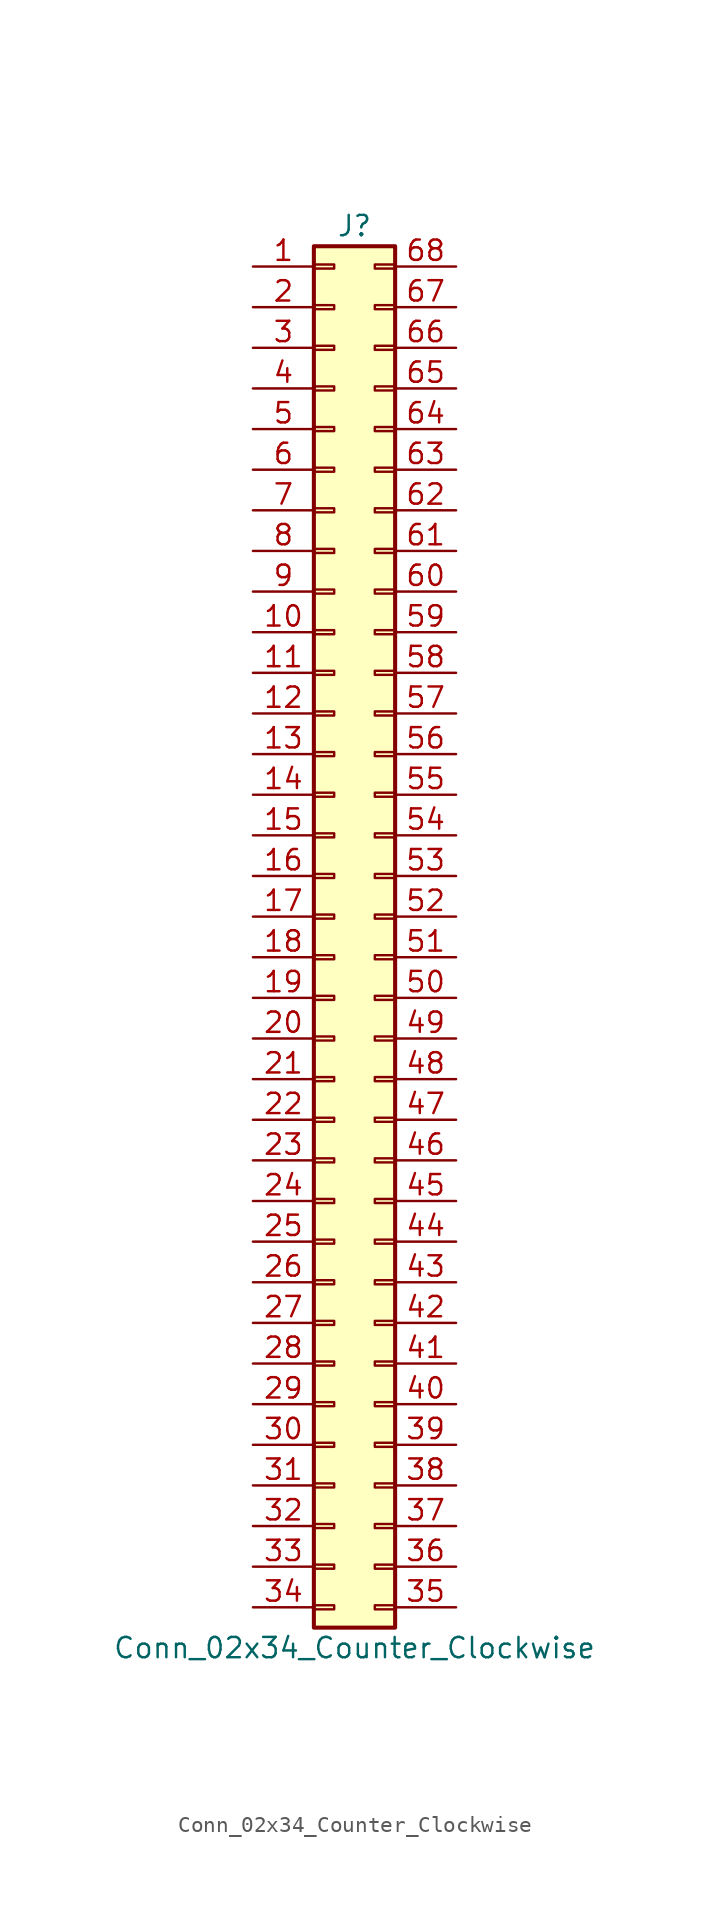
<source format=kicad_sym>
(kicad_symbol_lib
  (version 20211014)
  (generator kicad_symbol_editor)
  (symbol "Conn_02x34_Counter_Clockwise"
    (pin_names
      (offset 1.016) hide)
    (property "Reference" "J"
      (at 1.27 43.18 0)
      (effects (font (size 1.27 1.27))))
    (property "Value" "Conn_02x34_Counter_Clockwise"
      (at 1.27 -45.72 0)
      (effects (font (size 1.27 1.27))))
    (symbol "Conn_02x34_Counter_Clockwise_1_1"
      (rectangle (start -1.27 -43.053) (end 0 -43.307) (stroke (width 0.152) (type default) (color 0 0 0 0)) (fill (type none)))
      (rectangle (start -1.27 -40.513) (end 0 -40.767) (stroke (width 0.152) (type default) (color 0 0 0 0)) (fill (type none)))
      (rectangle (start -1.27 -37.973) (end 0 -38.227) (stroke (width 0.152) (type default) (color 0 0 0 0)) (fill (type none)))
      (rectangle (start -1.27 -35.433) (end 0 -35.687) (stroke (width 0.152) (type default) (color 0 0 0 0)) (fill (type none)))
      (rectangle (start -1.27 -32.893) (end 0 -33.147) (stroke (width 0.152) (type default) (color 0 0 0 0)) (fill (type none)))
      (rectangle (start -1.27 -30.353) (end 0 -30.607) (stroke (width 0.152) (type default) (color 0 0 0 0)) (fill (type none)))
      (rectangle (start -1.27 -27.813) (end 0 -28.067) (stroke (width 0.152) (type default) (color 0 0 0 0)) (fill (type none)))
      (rectangle (start -1.27 -25.273) (end 0 -25.527) (stroke (width 0.152) (type default) (color 0 0 0 0)) (fill (type none)))
      (rectangle (start -1.27 -22.733) (end 0 -22.987) (stroke (width 0.152) (type default) (color 0 0 0 0)) (fill (type none)))
      (rectangle (start -1.27 -20.193) (end 0 -20.447) (stroke (width 0.152) (type default) (color 0 0 0 0)) (fill (type none)))
      (rectangle (start -1.27 -17.653) (end 0 -17.907) (stroke (width 0.152) (type default) (color 0 0 0 0)) (fill (type none)))
      (rectangle (start -1.27 -15.113) (end 0 -15.367) (stroke (width 0.152) (type default) (color 0 0 0 0)) (fill (type none)))
      (rectangle (start -1.27 -12.573) (end 0 -12.827) (stroke (width 0.152) (type default) (color 0 0 0 0)) (fill (type none)))
      (rectangle (start -1.27 -10.033) (end 0 -10.287) (stroke (width 0.152) (type default) (color 0 0 0 0)) (fill (type none)))
      (rectangle (start -1.27 -7.493) (end 0 -7.747) (stroke (width 0.152) (type default) (color 0 0 0 0)) (fill (type none)))
      (rectangle (start -1.27 -4.953) (end 0 -5.207) (stroke (width 0.152) (type default) (color 0 0 0 0)) (fill (type none)))
      (rectangle (start -1.27 -2.413) (end 0 -2.667) (stroke (width 0.152) (type default) (color 0 0 0 0)) (fill (type none)))
      (rectangle (start -1.27 0.127) (end 0 -0.127) (stroke (width 0.152) (type default) (color 0 0 0 0)) (fill (type none)))
      (rectangle (start -1.27 2.667) (end 0 2.413) (stroke (width 0.152) (type default) (color 0 0 0 0)) (fill (type none)))
      (rectangle (start -1.27 5.207) (end 0 4.953) (stroke (width 0.152) (type default) (color 0 0 0 0)) (fill (type none)))
      (rectangle (start -1.27 7.747) (end 0 7.493) (stroke (width 0.152) (type default) (color 0 0 0 0)) (fill (type none)))
      (rectangle (start -1.27 10.287) (end 0 10.033) (stroke (width 0.152) (type default) (color 0 0 0 0)) (fill (type none)))
      (rectangle (start -1.27 12.827) (end 0 12.573) (stroke (width 0.152) (type default) (color 0 0 0 0)) (fill (type none)))
      (rectangle (start -1.27 15.367) (end 0 15.113) (stroke (width 0.152) (type default) (color 0 0 0 0)) (fill (type none)))
      (rectangle (start -1.27 17.907) (end 0 17.653) (stroke (width 0.152) (type default) (color 0 0 0 0)) (fill (type none)))
      (rectangle (start -1.27 20.447) (end 0 20.193) (stroke (width 0.152) (type default) (color 0 0 0 0)) (fill (type none)))
      (rectangle (start -1.27 22.987) (end 0 22.733) (stroke (width 0.152) (type default) (color 0 0 0 0)) (fill (type none)))
      (rectangle (start -1.27 25.527) (end 0 25.273) (stroke (width 0.152) (type default) (color 0 0 0 0)) (fill (type none)))
      (rectangle (start -1.27 28.067) (end 0 27.813) (stroke (width 0.152) (type default) (color 0 0 0 0)) (fill (type none)))
      (rectangle (start -1.27 30.607) (end 0 30.353) (stroke (width 0.152) (type default) (color 0 0 0 0)) (fill (type none)))
      (rectangle (start -1.27 33.147) (end 0 32.893) (stroke (width 0.152) (type default) (color 0 0 0 0)) (fill (type none)))
      (rectangle (start -1.27 35.687) (end 0 35.433) (stroke (width 0.152) (type default) (color 0 0 0 0)) (fill (type none)))
      (rectangle (start -1.27 38.227) (end 0 37.973) (stroke (width 0.152) (type default) (color 0 0 0 0)) (fill (type none)))
      (rectangle (start -1.27 40.767) (end 0 40.513) (stroke (width 0.152) (type default) (color 0 0 0 0)) (fill (type none)))
      (rectangle (start -1.27 41.91) (end 3.81 -44.45) (stroke (width 0.254) (type default) (color 0 0 0 0)) (fill (type background)))
      (rectangle (start 3.81 -43.053) (end 2.54 -43.307) (stroke (width 0.152) (type default) (color 0 0 0 0)) (fill (type none)))
      (rectangle (start 3.81 -40.513) (end 2.54 -40.767) (stroke (width 0.152) (type default) (color 0 0 0 0)) (fill (type none)))
      (rectangle (start 3.81 -37.973) (end 2.54 -38.227) (stroke (width 0.152) (type default) (color 0 0 0 0)) (fill (type none)))
      (rectangle (start 3.81 -35.433) (end 2.54 -35.687) (stroke (width 0.152) (type default) (color 0 0 0 0)) (fill (type none)))
      (rectangle (start 3.81 -32.893) (end 2.54 -33.147) (stroke (width 0.152) (type default) (color 0 0 0 0)) (fill (type none)))
      (rectangle (start 3.81 -30.353) (end 2.54 -30.607) (stroke (width 0.152) (type default) (color 0 0 0 0)) (fill (type none)))
      (rectangle (start 3.81 -27.813) (end 2.54 -28.067) (stroke (width 0.152) (type default) (color 0 0 0 0)) (fill (type none)))
      (rectangle (start 3.81 -25.273) (end 2.54 -25.527) (stroke (width 0.152) (type default) (color 0 0 0 0)) (fill (type none)))
      (rectangle (start 3.81 -22.733) (end 2.54 -22.987) (stroke (width 0.152) (type default) (color 0 0 0 0)) (fill (type none)))
      (rectangle (start 3.81 -20.193) (end 2.54 -20.447) (stroke (width 0.152) (type default) (color 0 0 0 0)) (fill (type none)))
      (rectangle (start 3.81 -17.653) (end 2.54 -17.907) (stroke (width 0.152) (type default) (color 0 0 0 0)) (fill (type none)))
      (rectangle (start 3.81 -15.113) (end 2.54 -15.367) (stroke (width 0.152) (type default) (color 0 0 0 0)) (fill (type none)))
      (rectangle (start 3.81 -12.573) (end 2.54 -12.827) (stroke (width 0.152) (type default) (color 0 0 0 0)) (fill (type none)))
      (rectangle (start 3.81 -10.033) (end 2.54 -10.287) (stroke (width 0.152) (type default) (color 0 0 0 0)) (fill (type none)))
      (rectangle (start 3.81 -7.493) (end 2.54 -7.747) (stroke (width 0.152) (type default) (color 0 0 0 0)) (fill (type none)))
      (rectangle (start 3.81 -4.953) (end 2.54 -5.207) (stroke (width 0.152) (type default) (color 0 0 0 0)) (fill (type none)))
      (rectangle (start 3.81 -2.413) (end 2.54 -2.667) (stroke (width 0.152) (type default) (color 0 0 0 0)) (fill (type none)))
      (rectangle (start 3.81 0.127) (end 2.54 -0.127) (stroke (width 0.152) (type default) (color 0 0 0 0)) (fill (type none)))
      (rectangle (start 3.81 2.667) (end 2.54 2.413) (stroke (width 0.152) (type default) (color 0 0 0 0)) (fill (type none)))
      (rectangle (start 3.81 5.207) (end 2.54 4.953) (stroke (width 0.152) (type default) (color 0 0 0 0)) (fill (type none)))
      (rectangle (start 3.81 7.747) (end 2.54 7.493) (stroke (width 0.152) (type default) (color 0 0 0 0)) (fill (type none)))
      (rectangle (start 3.81 10.287) (end 2.54 10.033) (stroke (width 0.152) (type default) (color 0 0 0 0)) (fill (type none)))
      (rectangle (start 3.81 12.827) (end 2.54 12.573) (stroke (width 0.152) (type default) (color 0 0 0 0)) (fill (type none)))
      (rectangle (start 3.81 15.367) (end 2.54 15.113) (stroke (width 0.152) (type default) (color 0 0 0 0)) (fill (type none)))
      (rectangle (start 3.81 17.907) (end 2.54 17.653) (stroke (width 0.152) (type default) (color 0 0 0 0)) (fill (type none)))
      (rectangle (start 3.81 20.447) (end 2.54 20.193) (stroke (width 0.152) (type default) (color 0 0 0 0)) (fill (type none)))
      (rectangle (start 3.81 22.987) (end 2.54 22.733) (stroke (width 0.152) (type default) (color 0 0 0 0)) (fill (type none)))
      (rectangle (start 3.81 25.527) (end 2.54 25.273) (stroke (width 0.152) (type default) (color 0 0 0 0)) (fill (type none)))
      (rectangle (start 3.81 28.067) (end 2.54 27.813) (stroke (width 0.152) (type default) (color 0 0 0 0)) (fill (type none)))
      (rectangle (start 3.81 30.607) (end 2.54 30.353) (stroke (width 0.152) (type default) (color 0 0 0 0)) (fill (type none)))
      (rectangle (start 3.81 33.147) (end 2.54 32.893) (stroke (width 0.152) (type default) (color 0 0 0 0)) (fill (type none)))
      (rectangle (start 3.81 35.687) (end 2.54 35.433) (stroke (width 0.152) (type default) (color 0 0 0 0)) (fill (type none)))
      (rectangle (start 3.81 38.227) (end 2.54 37.973) (stroke (width 0.152) (type default) (color 0 0 0 0)) (fill (type none)))
      (rectangle (start 3.81 40.767) (end 2.54 40.513) (stroke (width 0.152) (type default) (color 0 0 0 0)) (fill (type none)))
      (pin passive line (at -5.08 40.64 0) (length 3.81) (name "Pin_1" (effects (font (size 1.27 1.27)))) (number "1" (effects (font (size 1.27 1.27)))))
      (pin passive line (at -5.08 17.78 0) (length 3.81) (name "Pin_10" (effects (font (size 1.27 1.27)))) (number "10" (effects (font (size 1.27 1.27)))))
      (pin passive line (at -5.08 15.24 0) (length 3.81) (name "Pin_11" (effects (font (size 1.27 1.27)))) (number "11" (effects (font (size 1.27 1.27)))))
      (pin passive line (at -5.08 12.7 0) (length 3.81) (name "Pin_12" (effects (font (size 1.27 1.27)))) (number "12" (effects (font (size 1.27 1.27)))))
      (pin passive line (at -5.08 10.16 0) (length 3.81) (name "Pin_13" (effects (font (size 1.27 1.27)))) (number "13" (effects (font (size 1.27 1.27)))))
      (pin passive line (at -5.08 7.62 0) (length 3.81) (name "Pin_14" (effects (font (size 1.27 1.27)))) (number "14" (effects (font (size 1.27 1.27)))))
      (pin passive line (at -5.08 5.08 0) (length 3.81) (name "Pin_15" (effects (font (size 1.27 1.27)))) (number "15" (effects (font (size 1.27 1.27)))))
      (pin passive line (at -5.08 2.54 0) (length 3.81) (name "Pin_16" (effects (font (size 1.27 1.27)))) (number "16" (effects (font (size 1.27 1.27)))))
      (pin passive line (at -5.08 0 0) (length 3.81) (name "Pin_17" (effects (font (size 1.27 1.27)))) (number "17" (effects (font (size 1.27 1.27)))))
      (pin passive line (at -5.08 -2.54 0) (length 3.81) (name "Pin_18" (effects (font (size 1.27 1.27)))) (number "18" (effects (font (size 1.27 1.27)))))
      (pin passive line (at -5.08 -5.08 0) (length 3.81) (name "Pin_19" (effects (font (size 1.27 1.27)))) (number "19" (effects (font (size 1.27 1.27)))))
      (pin passive line (at -5.08 38.1 0) (length 3.81) (name "Pin_2" (effects (font (size 1.27 1.27)))) (number "2" (effects (font (size 1.27 1.27)))))
      (pin passive line (at -5.08 -7.62 0) (length 3.81) (name "Pin_20" (effects (font (size 1.27 1.27)))) (number "20" (effects (font (size 1.27 1.27)))))
      (pin passive line (at -5.08 -10.16 0) (length 3.81) (name "Pin_21" (effects (font (size 1.27 1.27)))) (number "21" (effects (font (size 1.27 1.27)))))
      (pin passive line (at -5.08 -12.7 0) (length 3.81) (name "Pin_22" (effects (font (size 1.27 1.27)))) (number "22" (effects (font (size 1.27 1.27)))))
      (pin passive line (at -5.08 -15.24 0) (length 3.81) (name "Pin_23" (effects (font (size 1.27 1.27)))) (number "23" (effects (font (size 1.27 1.27)))))
      (pin passive line (at -5.08 -17.78 0) (length 3.81) (name "Pin_24" (effects (font (size 1.27 1.27)))) (number "24" (effects (font (size 1.27 1.27)))))
      (pin passive line (at -5.08 -20.32 0) (length 3.81) (name "Pin_25" (effects (font (size 1.27 1.27)))) (number "25" (effects (font (size 1.27 1.27)))))
      (pin passive line (at -5.08 -22.86 0) (length 3.81) (name "Pin_26" (effects (font (size 1.27 1.27)))) (number "26" (effects (font (size 1.27 1.27)))))
      (pin passive line (at -5.08 -25.4 0) (length 3.81) (name "Pin_27" (effects (font (size 1.27 1.27)))) (number "27" (effects (font (size 1.27 1.27)))))
      (pin passive line (at -5.08 -27.94 0) (length 3.81) (name "Pin_28" (effects (font (size 1.27 1.27)))) (number "28" (effects (font (size 1.27 1.27)))))
      (pin passive line (at -5.08 -30.48 0) (length 3.81) (name "Pin_29" (effects (font (size 1.27 1.27)))) (number "29" (effects (font (size 1.27 1.27)))))
      (pin passive line (at -5.08 35.56 0) (length 3.81) (name "Pin_3" (effects (font (size 1.27 1.27)))) (number "3" (effects (font (size 1.27 1.27)))))
      (pin passive line (at -5.08 -33.02 0) (length 3.81) (name "Pin_30" (effects (font (size 1.27 1.27)))) (number "30" (effects (font (size 1.27 1.27)))))
      (pin passive line (at -5.08 -35.56 0) (length 3.81) (name "Pin_31" (effects (font (size 1.27 1.27)))) (number "31" (effects (font (size 1.27 1.27)))))
      (pin passive line (at -5.08 -38.1 0) (length 3.81) (name "Pin_32" (effects (font (size 1.27 1.27)))) (number "32" (effects (font (size 1.27 1.27)))))
      (pin passive line (at -5.08 -40.64 0) (length 3.81) (name "Pin_33" (effects (font (size 1.27 1.27)))) (number "33" (effects (font (size 1.27 1.27)))))
      (pin passive line (at -5.08 -43.18 0) (length 3.81) (name "Pin_34" (effects (font (size 1.27 1.27)))) (number "34" (effects (font (size 1.27 1.27)))))
      (pin passive line (at 7.62 -43.18 180) (length 3.81) (name "Pin_35" (effects (font (size 1.27 1.27)))) (number "35" (effects (font (size 1.27 1.27)))))
      (pin passive line (at 7.62 -40.64 180) (length 3.81) (name "Pin_36" (effects (font (size 1.27 1.27)))) (number "36" (effects (font (size 1.27 1.27)))))
      (pin passive line (at 7.62 -38.1 180) (length 3.81) (name "Pin_37" (effects (font (size 1.27 1.27)))) (number "37" (effects (font (size 1.27 1.27)))))
      (pin passive line (at 7.62 -35.56 180) (length 3.81) (name "Pin_38" (effects (font (size 1.27 1.27)))) (number "38" (effects (font (size 1.27 1.27)))))
      (pin passive line (at 7.62 -33.02 180) (length 3.81) (name "Pin_39" (effects (font (size 1.27 1.27)))) (number "39" (effects (font (size 1.27 1.27)))))
      (pin passive line (at -5.08 33.02 0) (length 3.81) (name "Pin_4" (effects (font (size 1.27 1.27)))) (number "4" (effects (font (size 1.27 1.27)))))
      (pin passive line (at 7.62 -30.48 180) (length 3.81) (name "Pin_40" (effects (font (size 1.27 1.27)))) (number "40" (effects (font (size 1.27 1.27)))))
      (pin passive line (at 7.62 -27.94 180) (length 3.81) (name "Pin_41" (effects (font (size 1.27 1.27)))) (number "41" (effects (font (size 1.27 1.27)))))
      (pin passive line (at 7.62 -25.4 180) (length 3.81) (name "Pin_42" (effects (font (size 1.27 1.27)))) (number "42" (effects (font (size 1.27 1.27)))))
      (pin passive line (at 7.62 -22.86 180) (length 3.81) (name "Pin_43" (effects (font (size 1.27 1.27)))) (number "43" (effects (font (size 1.27 1.27)))))
      (pin passive line (at 7.62 -20.32 180) (length 3.81) (name "Pin_44" (effects (font (size 1.27 1.27)))) (number "44" (effects (font (size 1.27 1.27)))))
      (pin passive line (at 7.62 -17.78 180) (length 3.81) (name "Pin_45" (effects (font (size 1.27 1.27)))) (number "45" (effects (font (size 1.27 1.27)))))
      (pin passive line (at 7.62 -15.24 180) (length 3.81) (name "Pin_46" (effects (font (size 1.27 1.27)))) (number "46" (effects (font (size 1.27 1.27)))))
      (pin passive line (at 7.62 -12.7 180) (length 3.81) (name "Pin_47" (effects (font (size 1.27 1.27)))) (number "47" (effects (font (size 1.27 1.27)))))
      (pin passive line (at 7.62 -10.16 180) (length 3.81) (name "Pin_48" (effects (font (size 1.27 1.27)))) (number "48" (effects (font (size 1.27 1.27)))))
      (pin passive line (at 7.62 -7.62 180) (length 3.81) (name "Pin_49" (effects (font (size 1.27 1.27)))) (number "49" (effects (font (size 1.27 1.27)))))
      (pin passive line (at -5.08 30.48 0) (length 3.81) (name "Pin_5" (effects (font (size 1.27 1.27)))) (number "5" (effects (font (size 1.27 1.27)))))
      (pin passive line (at 7.62 -5.08 180) (length 3.81) (name "Pin_50" (effects (font (size 1.27 1.27)))) (number "50" (effects (font (size 1.27 1.27)))))
      (pin passive line (at 7.62 -2.54 180) (length 3.81) (name "Pin_51" (effects (font (size 1.27 1.27)))) (number "51" (effects (font (size 1.27 1.27)))))
      (pin passive line (at 7.62 0 180) (length 3.81) (name "Pin_52" (effects (font (size 1.27 1.27)))) (number "52" (effects (font (size 1.27 1.27)))))
      (pin passive line (at 7.62 2.54 180) (length 3.81) (name "Pin_53" (effects (font (size 1.27 1.27)))) (number "53" (effects (font (size 1.27 1.27)))))
      (pin passive line (at 7.62 5.08 180) (length 3.81) (name "Pin_54" (effects (font (size 1.27 1.27)))) (number "54" (effects (font (size 1.27 1.27)))))
      (pin passive line (at 7.62 7.62 180) (length 3.81) (name "Pin_55" (effects (font (size 1.27 1.27)))) (number "55" (effects (font (size 1.27 1.27)))))
      (pin passive line (at 7.62 10.16 180) (length 3.81) (name "Pin_56" (effects (font (size 1.27 1.27)))) (number "56" (effects (font (size 1.27 1.27)))))
      (pin passive line (at 7.62 12.7 180) (length 3.81) (name "Pin_57" (effects (font (size 1.27 1.27)))) (number "57" (effects (font (size 1.27 1.27)))))
      (pin passive line (at 7.62 15.24 180) (length 3.81) (name "Pin_58" (effects (font (size 1.27 1.27)))) (number "58" (effects (font (size 1.27 1.27)))))
      (pin passive line (at 7.62 17.78 180) (length 3.81) (name "Pin_59" (effects (font (size 1.27 1.27)))) (number "59" (effects (font (size 1.27 1.27)))))
      (pin passive line (at -5.08 27.94 0) (length 3.81) (name "Pin_6" (effects (font (size 1.27 1.27)))) (number "6" (effects (font (size 1.27 1.27)))))
      (pin passive line (at 7.62 20.32 180) (length 3.81) (name "Pin_60" (effects (font (size 1.27 1.27)))) (number "60" (effects (font (size 1.27 1.27)))))
      (pin passive line (at 7.62 22.86 180) (length 3.81) (name "Pin_61" (effects (font (size 1.27 1.27)))) (number "61" (effects (font (size 1.27 1.27)))))
      (pin passive line (at 7.62 25.4 180) (length 3.81) (name "Pin_62" (effects (font (size 1.27 1.27)))) (number "62" (effects (font (size 1.27 1.27)))))
      (pin passive line (at 7.62 27.94 180) (length 3.81) (name "Pin_63" (effects (font (size 1.27 1.27)))) (number "63" (effects (font (size 1.27 1.27)))))
      (pin passive line (at 7.62 30.48 180) (length 3.81) (name "Pin_64" (effects (font (size 1.27 1.27)))) (number "64" (effects (font (size 1.27 1.27)))))
      (pin passive line (at 7.62 33.02 180) (length 3.81) (name "Pin_65" (effects (font (size 1.27 1.27)))) (number "65" (effects (font (size 1.27 1.27)))))
      (pin passive line (at 7.62 35.56 180) (length 3.81) (name "Pin_66" (effects (font (size 1.27 1.27)))) (number "66" (effects (font (size 1.27 1.27)))))
      (pin passive line (at 7.62 38.1 180) (length 3.81) (name "Pin_67" (effects (font (size 1.27 1.27)))) (number "67" (effects (font (size 1.27 1.27)))))
      (pin passive line (at 7.62 40.64 180) (length 3.81) (name "Pin_68" (effects (font (size 1.27 1.27)))) (number "68" (effects (font (size 1.27 1.27)))))
      (pin passive line (at -5.08 25.4 0) (length 3.81) (name "Pin_7" (effects (font (size 1.27 1.27)))) (number "7" (effects (font (size 1.27 1.27)))))
      (pin passive line (at -5.08 22.86 0) (length 3.81) (name "Pin_8" (effects (font (size 1.27 1.27)))) (number "8" (effects (font (size 1.27 1.27)))))
      (pin passive line (at -5.08 20.32 0) (length 3.81) (name "Pin_9" (effects (font (size 1.27 1.27)))) (number "9" (effects (font (size 1.27 1.27))))))))
</source>
